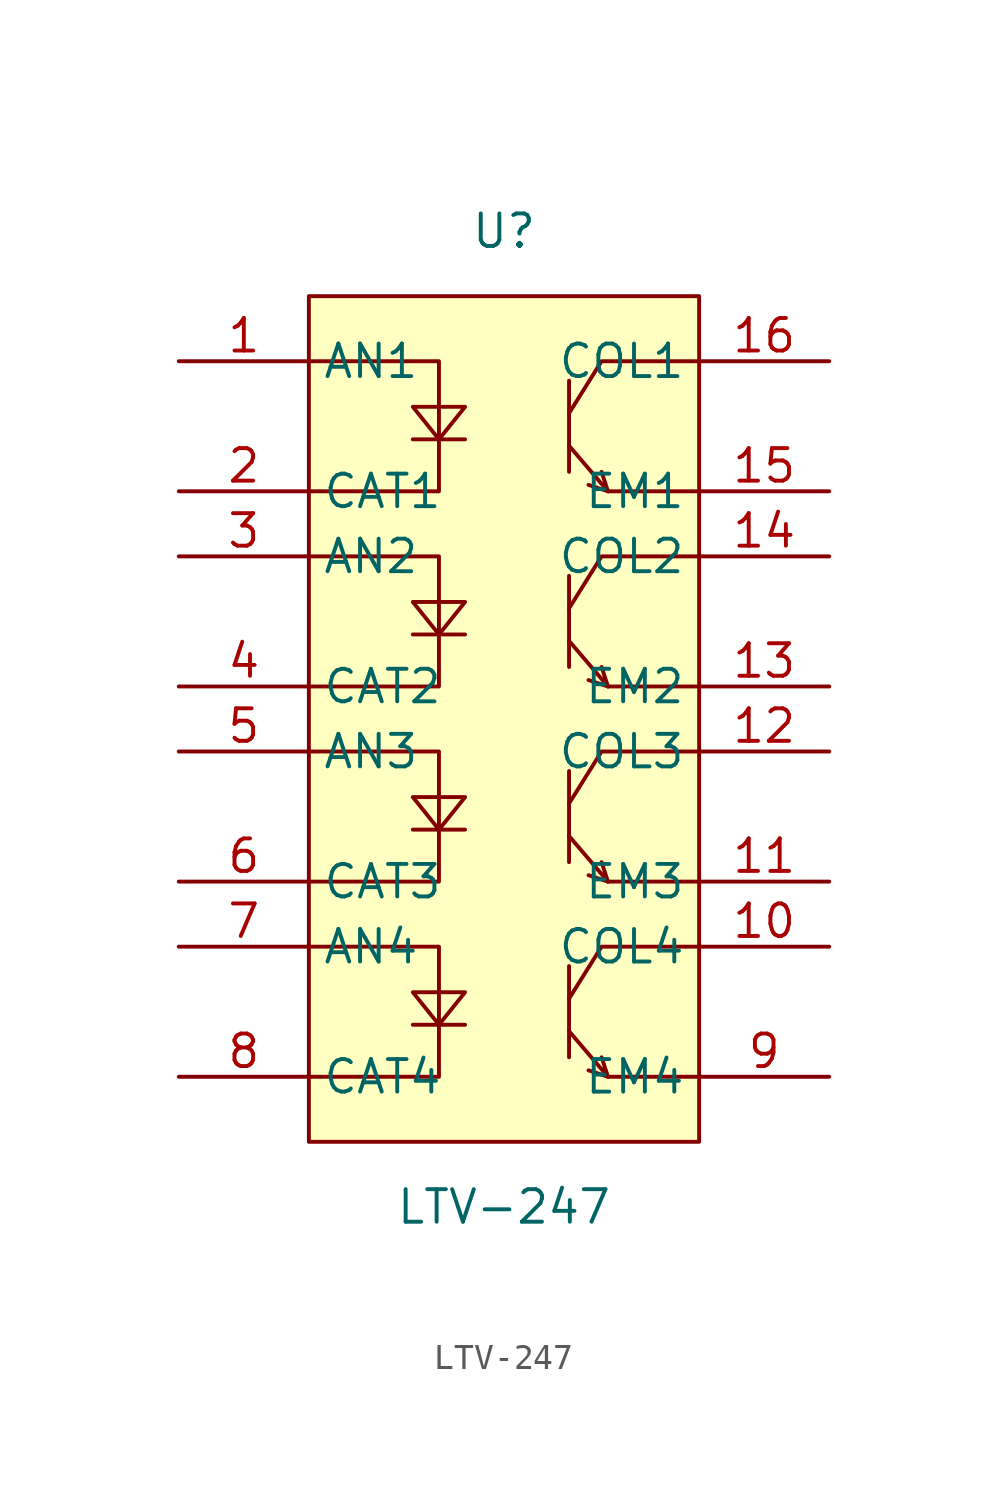
<source format=kicad_sym>
(kicad_symbol_lib
  (version 20211014)
  (generator https://github.com/uPesy/easyeda2kicad.py)
  (symbol "LTV-247"
    (property "Reference" "U"
      (at 0 19.05 0)
      (effects (font (size 1.27 1.27))))
    (property "Value" "LTV-247"
      (at 0 -19.05 0)
      (effects (font (size 1.27 1.27))))
    (symbol "LTV-247_0_1"
      (rectangle (start -7.62 16.51) (end 7.62 -16.51) (stroke (width 0) (type default) (color 0 0 0 0)) (fill (type background)))
      (polyline (pts (xy -7.62 13.97) (xy -2.54 13.97) (xy -2.54 8.89) (xy -7.62 8.89)) (stroke (width 0) (type default) (color 0 0 0 0)) (fill (type none)))
      (polyline (pts (xy -3.56 12.19) (xy -1.52 12.19) (xy -2.54 10.92) (xy -3.56 12.19)) (stroke (width 0) (type default) (color 0 0 0 0)) (fill (type background)))
      (polyline (pts (xy -3.56 10.92) (xy -1.52 10.92)) (stroke (width 0) (type default) (color 0 0 0 0)) (fill (type none)))
      (polyline (pts (xy 2.54 13.21) (xy 2.54 9.65)) (stroke (width 0) (type default) (color 0 0 0 0)) (fill (type none)))
      (polyline (pts (xy 2.54 11.94) (xy 3.81 13.97) (xy 7.62 13.97)) (stroke (width 0) (type default) (color 0 0 0 0)) (fill (type none)))
      (polyline (pts (xy 2.54 10.67) (xy 4.06 8.89) (xy 3.81 9.65)) (stroke (width 0) (type default) (color 0 0 0 0)) (fill (type none)))
      (polyline (pts (xy 4.06 8.89) (xy 3.30 9.14)) (stroke (width 0) (type default) (color 0 0 0 0)) (fill (type none)))
      (polyline (pts (xy 4.06 8.89) (xy 7.62 8.89)) (stroke (width 0) (type default) (color 0 0 0 0)) (fill (type none)))
      (polyline (pts (xy -7.62 6.35) (xy -2.54 6.35) (xy -2.54 1.27) (xy -7.62 1.27)) (stroke (width 0) (type default) (color 0 0 0 0)) (fill (type none)))
      (polyline (pts (xy -3.56 4.57) (xy -1.52 4.57) (xy -2.54 3.30) (xy -3.56 4.57)) (stroke (width 0) (type default) (color 0 0 0 0)) (fill (type background)))
      (polyline (pts (xy -3.56 3.30) (xy -1.52 3.30)) (stroke (width 0) (type default) (color 0 0 0 0)) (fill (type none)))
      (polyline (pts (xy 2.54 5.59) (xy 2.54 2.03)) (stroke (width 0) (type default) (color 0 0 0 0)) (fill (type none)))
      (polyline (pts (xy 2.54 4.32) (xy 3.81 6.35) (xy 7.62 6.35)) (stroke (width 0) (type default) (color 0 0 0 0)) (fill (type none)))
      (polyline (pts (xy 2.54 3.05) (xy 4.06 1.27) (xy 3.81 2.03)) (stroke (width 0) (type default) (color 0 0 0 0)) (fill (type none)))
      (polyline (pts (xy 4.06 1.27) (xy 3.30 1.52)) (stroke (width 0) (type default) (color 0 0 0 0)) (fill (type none)))
      (polyline (pts (xy 4.06 1.27) (xy 7.62 1.27)) (stroke (width 0) (type default) (color 0 0 0 0)) (fill (type none)))
      (polyline (pts (xy -7.62 -1.27) (xy -2.54 -1.27) (xy -2.54 -6.35) (xy -7.62 -6.35)) (stroke (width 0) (type default) (color 0 0 0 0)) (fill (type none)))
      (polyline (pts (xy -3.56 -3.05) (xy -1.52 -3.05) (xy -2.54 -4.32) (xy -3.56 -3.05)) (stroke (width 0) (type default) (color 0 0 0 0)) (fill (type background)))
      (polyline (pts (xy -3.56 -4.32) (xy -1.52 -4.32)) (stroke (width 0) (type default) (color 0 0 0 0)) (fill (type none)))
      (polyline (pts (xy 2.54 -2.03) (xy 2.54 -5.59)) (stroke (width 0) (type default) (color 0 0 0 0)) (fill (type none)))
      (polyline (pts (xy 2.54 -3.30) (xy 3.81 -1.27) (xy 7.62 -1.27)) (stroke (width 0) (type default) (color 0 0 0 0)) (fill (type none)))
      (polyline (pts (xy 2.54 -4.57) (xy 4.06 -6.35) (xy 3.81 -5.59)) (stroke (width 0) (type default) (color 0 0 0 0)) (fill (type none)))
      (polyline (pts (xy 4.06 -6.35) (xy 3.30 -6.10)) (stroke (width 0) (type default) (color 0 0 0 0)) (fill (type none)))
      (polyline (pts (xy 4.06 -6.35) (xy 7.62 -6.35)) (stroke (width 0) (type default) (color 0 0 0 0)) (fill (type none)))
      (polyline (pts (xy -7.62 -8.89) (xy -2.54 -8.89) (xy -2.54 -13.97) (xy -7.62 -13.97)) (stroke (width 0) (type default) (color 0 0 0 0)) (fill (type none)))
      (polyline (pts (xy -3.56 -10.67) (xy -1.52 -10.67) (xy -2.54 -11.94) (xy -3.56 -10.67)) (stroke (width 0) (type default) (color 0 0 0 0)) (fill (type background)))
      (polyline (pts (xy -3.56 -11.94) (xy -1.52 -11.94)) (stroke (width 0) (type default) (color 0 0 0 0)) (fill (type none)))
      (polyline (pts (xy 2.54 -9.65) (xy 2.54 -13.21)) (stroke (width 0) (type default) (color 0 0 0 0)) (fill (type none)))
      (polyline (pts (xy 2.54 -10.92) (xy 3.81 -8.89) (xy 7.62 -8.89)) (stroke (width 0) (type default) (color 0 0 0 0)) (fill (type none)))
      (polyline (pts (xy 2.54 -12.19) (xy 4.06 -13.97) (xy 3.81 -13.21)) (stroke (width 0) (type default) (color 0 0 0 0)) (fill (type none)))
      (polyline (pts (xy 4.06 -13.97) (xy 3.30 -13.72)) (stroke (width 0) (type default) (color 0 0 0 0)) (fill (type none)))
      (polyline (pts (xy 4.06 -13.97) (xy 7.62 -13.97)) (stroke (width 0) (type default) (color 0 0 0 0)) (fill (type none)))
      (pin unspecified line (at -12.70 13.97 0) (length 5.08) (name "AN1" (effects (font (size 1.27 1.27)))) (number "1" (effects (font (size 1.27 1.27)))))
      (pin unspecified line (at -12.70 8.89 0) (length 5.08) (name "CAT1" (effects (font (size 1.27 1.27)))) (number "2" (effects (font (size 1.27 1.27)))))
      (pin unspecified line (at -12.70 6.35 0) (length 5.08) (name "AN2" (effects (font (size 1.27 1.27)))) (number "3" (effects (font (size 1.27 1.27)))))
      (pin unspecified line (at -12.70 1.27 0) (length 5.08) (name "CAT2" (effects (font (size 1.27 1.27)))) (number "4" (effects (font (size 1.27 1.27)))))
      (pin unspecified line (at -12.70 -1.27 0) (length 5.08) (name "AN3" (effects (font (size 1.27 1.27)))) (number "5" (effects (font (size 1.27 1.27)))))
      (pin unspecified line (at -12.70 -6.35 0) (length 5.08) (name "CAT3" (effects (font (size 1.27 1.27)))) (number "6" (effects (font (size 1.27 1.27)))))
      (pin unspecified line (at -12.70 -8.89 0) (length 5.08) (name "AN4" (effects (font (size 1.27 1.27)))) (number "7" (effects (font (size 1.27 1.27)))))
      (pin unspecified line (at -12.70 -13.97 0) (length 5.08) (name "CAT4" (effects (font (size 1.27 1.27)))) (number "8" (effects (font (size 1.27 1.27)))))
      (pin unspecified line (at 12.70 -13.97 180) (length 5.08) (name "EM4" (effects (font (size 1.27 1.27)))) (number "9" (effects (font (size 1.27 1.27)))))
      (pin unspecified line (at 12.70 -8.89 180) (length 5.08) (name "COL4" (effects (font (size 1.27 1.27)))) (number "10" (effects (font (size 1.27 1.27)))))
      (pin unspecified line (at 12.70 -6.35 180) (length 5.08) (name "EM3" (effects (font (size 1.27 1.27)))) (number "11" (effects (font (size 1.27 1.27)))))
      (pin unspecified line (at 12.70 -1.27 180) (length 5.08) (name "COL3" (effects (font (size 1.27 1.27)))) (number "12" (effects (font (size 1.27 1.27)))))
      (pin unspecified line (at 12.70 1.27 180) (length 5.08) (name "EM2" (effects (font (size 1.27 1.27)))) (number "13" (effects (font (size 1.27 1.27)))))
      (pin unspecified line (at 12.70 6.35 180) (length 5.08) (name "COL2" (effects (font (size 1.27 1.27)))) (number "14" (effects (font (size 1.27 1.27)))))
      (pin unspecified line (at 12.70 8.89 180) (length 5.08) (name "EM1" (effects (font (size 1.27 1.27)))) (number "15" (effects (font (size 1.27 1.27)))))
      (pin unspecified line (at 12.70 13.97 180) (length 5.08) (name "COL1" (effects (font (size 1.27 1.27)))) (number "16" (effects (font (size 1.27 1.27))))))))
</source>
